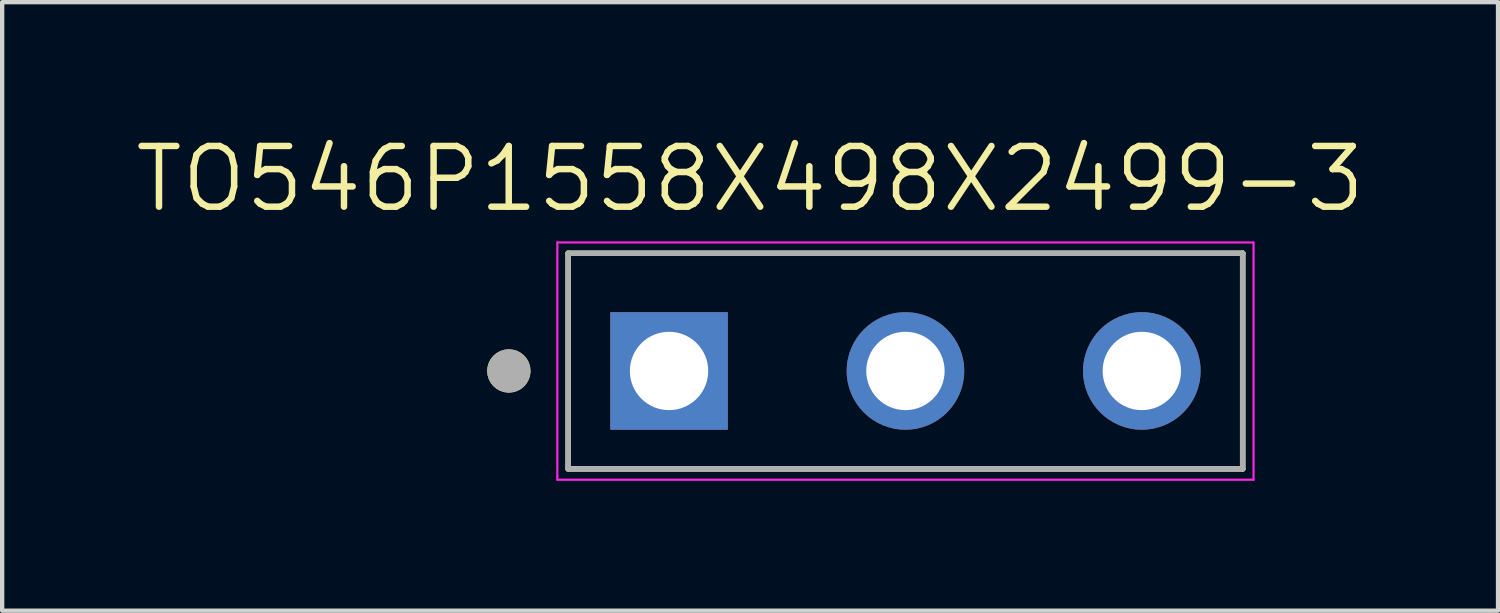
<source format=kicad_pcb>
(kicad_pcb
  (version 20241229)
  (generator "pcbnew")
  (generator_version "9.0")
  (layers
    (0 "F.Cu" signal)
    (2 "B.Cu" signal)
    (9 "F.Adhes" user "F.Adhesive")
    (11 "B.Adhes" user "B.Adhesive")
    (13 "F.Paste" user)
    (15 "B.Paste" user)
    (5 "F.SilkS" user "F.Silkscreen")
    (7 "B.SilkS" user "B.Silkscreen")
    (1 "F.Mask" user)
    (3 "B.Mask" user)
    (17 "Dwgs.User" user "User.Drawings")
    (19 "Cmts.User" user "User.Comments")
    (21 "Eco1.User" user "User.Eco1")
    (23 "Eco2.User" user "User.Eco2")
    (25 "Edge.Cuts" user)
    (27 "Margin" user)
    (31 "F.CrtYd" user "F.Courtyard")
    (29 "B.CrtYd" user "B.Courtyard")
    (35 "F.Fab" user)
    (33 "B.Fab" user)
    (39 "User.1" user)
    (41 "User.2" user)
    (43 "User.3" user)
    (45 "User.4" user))
  (footprint "TO546P1558X498X2499-3"
    (layer "F.Cu")
    (at 17.863 5.29)
    (property "Reference" "TO546P1558X498X2499-3" (at -3.588 -4.207 0) (layer "F.SilkS") (effects (font (size 1.402 1.402) (thickness 0.15))))
    (attr through_hole)
    (fp_line (start -7.79 -2.49) (end -7.79 2.49) (stroke (width 0.127) (type solid)) (layer "F.SilkS"))
    (fp_line (start -7.79 2.49) (end 7.79 2.49) (stroke (width 0.127) (type solid)) (layer "F.SilkS"))
    (fp_line (start 7.79 -2.49) (end -7.79 -2.49) (stroke (width 0.127) (type solid)) (layer "F.SilkS"))
    (fp_line (start 7.79 2.49) (end 7.79 -2.49) (stroke (width 0.127) (type solid)) (layer "F.SilkS"))
    (fp_circle (center -9.16 0.228) (end -8.91 0.228) (stroke (width 0.5) (type solid)) (fill no) (layer "F.SilkS"))
    (fp_line (start -8.04 -2.74) (end 8.04 -2.74) (stroke (width 0.05) (type solid)) (layer "F.CrtYd"))
    (fp_line (start -8.04 2.74) (end -8.04 -2.74) (stroke (width 0.05) (type solid)) (layer "F.CrtYd"))
    (fp_line (start 8.04 -2.74) (end 8.04 2.74) (stroke (width 0.05) (type solid)) (layer "F.CrtYd"))
    (fp_line (start 8.04 2.74) (end -8.04 2.74) (stroke (width 0.05) (type solid)) (layer "F.CrtYd"))
    (fp_line (start -7.79 -2.49) (end -7.79 2.49) (stroke (width 0.127) (type solid)) (layer "F.Fab"))
    (fp_line (start -7.79 2.49) (end 7.79 2.49) (stroke (width 0.127) (type solid)) (layer "F.Fab"))
    (fp_line (start 7.79 -2.49) (end -7.79 -2.49) (stroke (width 0.127) (type solid)) (layer "F.Fab"))
    (fp_line (start 7.79 2.49) (end 7.79 -2.49) (stroke (width 0.127) (type solid)) (layer "F.Fab"))
    (fp_circle (center -9.16 0.228) (end -8.91 0.228) (stroke (width 0.5) (type solid)) (fill no) (layer "F.Fab"))
    (pad "1" thru_hole rect (at -5.46 0.228) (size 2.715 2.715) (drill 1.81) (layers "*.Cu" "*.Mask"))
    (pad "2" thru_hole circle (at 0 0.228) (size 2.715 2.715) (drill 1.81) (layers "*.Cu" "*.Mask"))
    (pad "3" thru_hole circle (at 5.46 0.228) (size 2.715 2.715) (drill 1.81) (layers "*.Cu" "*.Mask")))
  (gr_rect
    (start -3 -3)
    (end 31.55 11.055)
    (stroke (width 0.1) (type default))
    (fill no)
    (layer "Edge.Cuts")))
</source>
